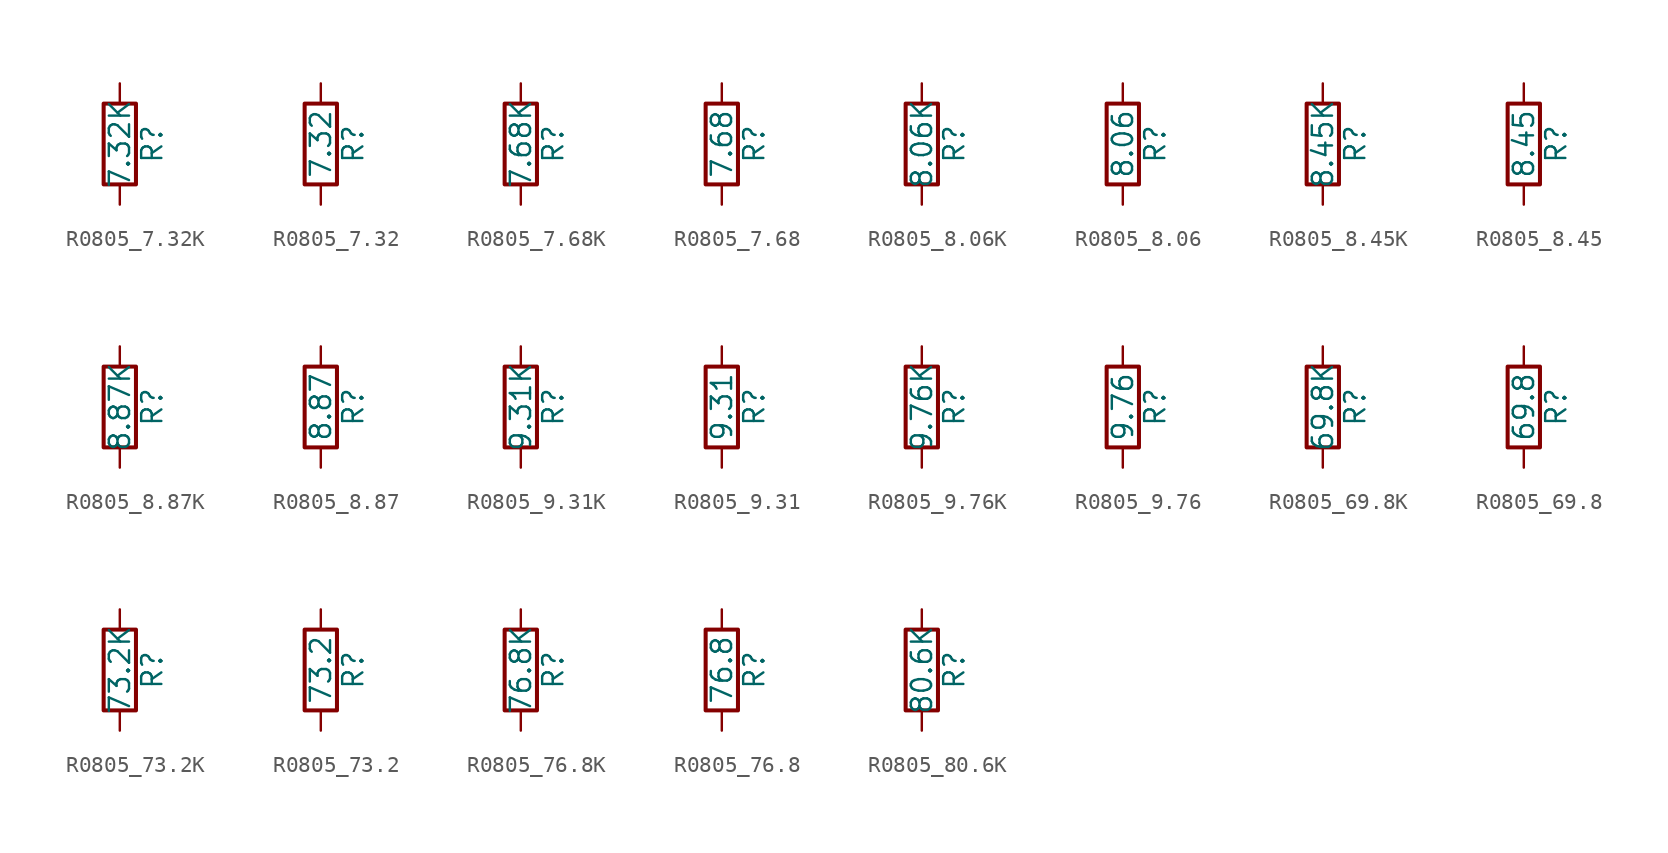
<source format=kicad_sym>
(kicad_symbol_lib
  (version 20211014)
  (generator atlantix-eda)
  (symbol "R0805_7.32K"
    (pin_numbers hide)
    (pin_names
      (offset 0))
    (property "Reference" "R"
      (at 2.032 0 90)
      (effects (font (size 1.27 1.27))))
    (property "Value" "7.32K"
      (at 0 0 90)
      (effects (font (size 1.27 1.27))))
    (symbol "R0805_7.32K_0_1"
      (rectangle (start -1.016 -2.54) (end 1.016 2.54) (stroke (width 0.254) (type default) (color 0 0 0 0)) (fill (type none))))
    (symbol "R0805_7.32K_1_1"
      (pin passive line (at 0 3.81 270) (length 1.27) (name "~" (effects (font (size 1.27 1.27)))) (number "1" (effects (font (size 1.27 1.27)))))
      (pin passive line (at 0 -3.81 90) (length 1.27) (name "~" (effects (font (size 1.27 1.27)))) (number "2" (effects (font (size 1.27 1.27)))))))
  (symbol "R0805_7.32"
    (pin_numbers hide)
    (pin_names
      (offset 0))
    (property "Reference" "R"
      (at 2.032 0 90)
      (effects (font (size 1.27 1.27))))
    (property "Value" "7.32"
      (at 0 0 90)
      (effects (font (size 1.27 1.27))))
    (symbol "R0805_7.32_0_1"
      (rectangle (start -1.016 -2.54) (end 1.016 2.54) (stroke (width 0.254) (type default) (color 0 0 0 0)) (fill (type none))))
    (symbol "R0805_7.32_1_1"
      (pin passive line (at 0 3.81 270) (length 1.27) (name "~" (effects (font (size 1.27 1.27)))) (number "1" (effects (font (size 1.27 1.27)))))
      (pin passive line (at 0 -3.81 90) (length 1.27) (name "~" (effects (font (size 1.27 1.27)))) (number "2" (effects (font (size 1.27 1.27)))))))
  (symbol "R0805_7.68K"
    (pin_numbers hide)
    (pin_names
      (offset 0))
    (property "Reference" "R"
      (at 2.032 0 90)
      (effects (font (size 1.27 1.27))))
    (property "Value" "7.68K"
      (at 0 0 90)
      (effects (font (size 1.27 1.27))))
    (symbol "R0805_7.68K_0_1"
      (rectangle (start -1.016 -2.54) (end 1.016 2.54) (stroke (width 0.254) (type default) (color 0 0 0 0)) (fill (type none))))
    (symbol "R0805_7.68K_1_1"
      (pin passive line (at 0 3.81 270) (length 1.27) (name "~" (effects (font (size 1.27 1.27)))) (number "1" (effects (font (size 1.27 1.27)))))
      (pin passive line (at 0 -3.81 90) (length 1.27) (name "~" (effects (font (size 1.27 1.27)))) (number "2" (effects (font (size 1.27 1.27)))))))
  (symbol "R0805_7.68"
    (pin_numbers hide)
    (pin_names
      (offset 0))
    (property "Reference" "R"
      (at 2.032 0 90)
      (effects (font (size 1.27 1.27))))
    (property "Value" "7.68"
      (at 0 0 90)
      (effects (font (size 1.27 1.27))))
    (symbol "R0805_7.68_0_1"
      (rectangle (start -1.016 -2.54) (end 1.016 2.54) (stroke (width 0.254) (type default) (color 0 0 0 0)) (fill (type none))))
    (symbol "R0805_7.68_1_1"
      (pin passive line (at 0 3.81 270) (length 1.27) (name "~" (effects (font (size 1.27 1.27)))) (number "1" (effects (font (size 1.27 1.27)))))
      (pin passive line (at 0 -3.81 90) (length 1.27) (name "~" (effects (font (size 1.27 1.27)))) (number "2" (effects (font (size 1.27 1.27)))))))
  (symbol "R0805_8.06K"
    (pin_numbers hide)
    (pin_names
      (offset 0))
    (property "Reference" "R"
      (at 2.032 0 90)
      (effects (font (size 1.27 1.27))))
    (property "Value" "8.06K"
      (at 0 0 90)
      (effects (font (size 1.27 1.27))))
    (symbol "R0805_8.06K_0_1"
      (rectangle (start -1.016 -2.54) (end 1.016 2.54) (stroke (width 0.254) (type default) (color 0 0 0 0)) (fill (type none))))
    (symbol "R0805_8.06K_1_1"
      (pin passive line (at 0 3.81 270) (length 1.27) (name "~" (effects (font (size 1.27 1.27)))) (number "1" (effects (font (size 1.27 1.27)))))
      (pin passive line (at 0 -3.81 90) (length 1.27) (name "~" (effects (font (size 1.27 1.27)))) (number "2" (effects (font (size 1.27 1.27)))))))
  (symbol "R0805_8.06"
    (pin_numbers hide)
    (pin_names
      (offset 0))
    (property "Reference" "R"
      (at 2.032 0 90)
      (effects (font (size 1.27 1.27))))
    (property "Value" "8.06"
      (at 0 0 90)
      (effects (font (size 1.27 1.27))))
    (symbol "R0805_8.06_0_1"
      (rectangle (start -1.016 -2.54) (end 1.016 2.54) (stroke (width 0.254) (type default) (color 0 0 0 0)) (fill (type none))))
    (symbol "R0805_8.06_1_1"
      (pin passive line (at 0 3.81 270) (length 1.27) (name "~" (effects (font (size 1.27 1.27)))) (number "1" (effects (font (size 1.27 1.27)))))
      (pin passive line (at 0 -3.81 90) (length 1.27) (name "~" (effects (font (size 1.27 1.27)))) (number "2" (effects (font (size 1.27 1.27)))))))
  (symbol "R0805_8.45K"
    (pin_numbers hide)
    (pin_names
      (offset 0))
    (property "Reference" "R"
      (at 2.032 0 90)
      (effects (font (size 1.27 1.27))))
    (property "Value" "8.45K"
      (at 0 0 90)
      (effects (font (size 1.27 1.27))))
    (symbol "R0805_8.45K_0_1"
      (rectangle (start -1.016 -2.54) (end 1.016 2.54) (stroke (width 0.254) (type default) (color 0 0 0 0)) (fill (type none))))
    (symbol "R0805_8.45K_1_1"
      (pin passive line (at 0 3.81 270) (length 1.27) (name "~" (effects (font (size 1.27 1.27)))) (number "1" (effects (font (size 1.27 1.27)))))
      (pin passive line (at 0 -3.81 90) (length 1.27) (name "~" (effects (font (size 1.27 1.27)))) (number "2" (effects (font (size 1.27 1.27)))))))
  (symbol "R0805_8.45"
    (pin_numbers hide)
    (pin_names
      (offset 0))
    (property "Reference" "R"
      (at 2.032 0 90)
      (effects (font (size 1.27 1.27))))
    (property "Value" "8.45"
      (at 0 0 90)
      (effects (font (size 1.27 1.27))))
    (symbol "R0805_8.45_0_1"
      (rectangle (start -1.016 -2.54) (end 1.016 2.54) (stroke (width 0.254) (type default) (color 0 0 0 0)) (fill (type none))))
    (symbol "R0805_8.45_1_1"
      (pin passive line (at 0 3.81 270) (length 1.27) (name "~" (effects (font (size 1.27 1.27)))) (number "1" (effects (font (size 1.27 1.27)))))
      (pin passive line (at 0 -3.81 90) (length 1.27) (name "~" (effects (font (size 1.27 1.27)))) (number "2" (effects (font (size 1.27 1.27)))))))
  (symbol "R0805_8.87K"
    (pin_numbers hide)
    (pin_names
      (offset 0))
    (property "Reference" "R"
      (at 2.032 0 90)
      (effects (font (size 1.27 1.27))))
    (property "Value" "8.87K"
      (at 0 0 90)
      (effects (font (size 1.27 1.27))))
    (symbol "R0805_8.87K_0_1"
      (rectangle (start -1.016 -2.54) (end 1.016 2.54) (stroke (width 0.254) (type default) (color 0 0 0 0)) (fill (type none))))
    (symbol "R0805_8.87K_1_1"
      (pin passive line (at 0 3.81 270) (length 1.27) (name "~" (effects (font (size 1.27 1.27)))) (number "1" (effects (font (size 1.27 1.27)))))
      (pin passive line (at 0 -3.81 90) (length 1.27) (name "~" (effects (font (size 1.27 1.27)))) (number "2" (effects (font (size 1.27 1.27)))))))
  (symbol "R0805_8.87"
    (pin_numbers hide)
    (pin_names
      (offset 0))
    (property "Reference" "R"
      (at 2.032 0 90)
      (effects (font (size 1.27 1.27))))
    (property "Value" "8.87"
      (at 0 0 90)
      (effects (font (size 1.27 1.27))))
    (symbol "R0805_8.87_0_1"
      (rectangle (start -1.016 -2.54) (end 1.016 2.54) (stroke (width 0.254) (type default) (color 0 0 0 0)) (fill (type none))))
    (symbol "R0805_8.87_1_1"
      (pin passive line (at 0 3.81 270) (length 1.27) (name "~" (effects (font (size 1.27 1.27)))) (number "1" (effects (font (size 1.27 1.27)))))
      (pin passive line (at 0 -3.81 90) (length 1.27) (name "~" (effects (font (size 1.27 1.27)))) (number "2" (effects (font (size 1.27 1.27)))))))
  (symbol "R0805_9.31K"
    (pin_numbers hide)
    (pin_names
      (offset 0))
    (property "Reference" "R"
      (at 2.032 0 90)
      (effects (font (size 1.27 1.27))))
    (property "Value" "9.31K"
      (at 0 0 90)
      (effects (font (size 1.27 1.27))))
    (symbol "R0805_9.31K_0_1"
      (rectangle (start -1.016 -2.54) (end 1.016 2.54) (stroke (width 0.254) (type default) (color 0 0 0 0)) (fill (type none))))
    (symbol "R0805_9.31K_1_1"
      (pin passive line (at 0 3.81 270) (length 1.27) (name "~" (effects (font (size 1.27 1.27)))) (number "1" (effects (font (size 1.27 1.27)))))
      (pin passive line (at 0 -3.81 90) (length 1.27) (name "~" (effects (font (size 1.27 1.27)))) (number "2" (effects (font (size 1.27 1.27)))))))
  (symbol "R0805_9.31"
    (pin_numbers hide)
    (pin_names
      (offset 0))
    (property "Reference" "R"
      (at 2.032 0 90)
      (effects (font (size 1.27 1.27))))
    (property "Value" "9.31"
      (at 0 0 90)
      (effects (font (size 1.27 1.27))))
    (symbol "R0805_9.31_0_1"
      (rectangle (start -1.016 -2.54) (end 1.016 2.54) (stroke (width 0.254) (type default) (color 0 0 0 0)) (fill (type none))))
    (symbol "R0805_9.31_1_1"
      (pin passive line (at 0 3.81 270) (length 1.27) (name "~" (effects (font (size 1.27 1.27)))) (number "1" (effects (font (size 1.27 1.27)))))
      (pin passive line (at 0 -3.81 90) (length 1.27) (name "~" (effects (font (size 1.27 1.27)))) (number "2" (effects (font (size 1.27 1.27)))))))
  (symbol "R0805_9.76K"
    (pin_numbers hide)
    (pin_names
      (offset 0))
    (property "Reference" "R"
      (at 2.032 0 90)
      (effects (font (size 1.27 1.27))))
    (property "Value" "9.76K"
      (at 0 0 90)
      (effects (font (size 1.27 1.27))))
    (symbol "R0805_9.76K_0_1"
      (rectangle (start -1.016 -2.54) (end 1.016 2.54) (stroke (width 0.254) (type default) (color 0 0 0 0)) (fill (type none))))
    (symbol "R0805_9.76K_1_1"
      (pin passive line (at 0 3.81 270) (length 1.27) (name "~" (effects (font (size 1.27 1.27)))) (number "1" (effects (font (size 1.27 1.27)))))
      (pin passive line (at 0 -3.81 90) (length 1.27) (name "~" (effects (font (size 1.27 1.27)))) (number "2" (effects (font (size 1.27 1.27)))))))
  (symbol "R0805_9.76"
    (pin_numbers hide)
    (pin_names
      (offset 0))
    (property "Reference" "R"
      (at 2.032 0 90)
      (effects (font (size 1.27 1.27))))
    (property "Value" "9.76"
      (at 0 0 90)
      (effects (font (size 1.27 1.27))))
    (symbol "R0805_9.76_0_1"
      (rectangle (start -1.016 -2.54) (end 1.016 2.54) (stroke (width 0.254) (type default) (color 0 0 0 0)) (fill (type none))))
    (symbol "R0805_9.76_1_1"
      (pin passive line (at 0 3.81 270) (length 1.27) (name "~" (effects (font (size 1.27 1.27)))) (number "1" (effects (font (size 1.27 1.27)))))
      (pin passive line (at 0 -3.81 90) (length 1.27) (name "~" (effects (font (size 1.27 1.27)))) (number "2" (effects (font (size 1.27 1.27)))))))
  (symbol "R0805_69.8K"
    (pin_numbers hide)
    (pin_names
      (offset 0))
    (property "Reference" "R"
      (at 2.032 0 90)
      (effects (font (size 1.27 1.27))))
    (property "Value" "69.8K"
      (at 0 0 90)
      (effects (font (size 1.27 1.27))))
    (symbol "R0805_69.8K_0_1"
      (rectangle (start -1.016 -2.54) (end 1.016 2.54) (stroke (width 0.254) (type default) (color 0 0 0 0)) (fill (type none))))
    (symbol "R0805_69.8K_1_1"
      (pin passive line (at 0 3.81 270) (length 1.27) (name "~" (effects (font (size 1.27 1.27)))) (number "1" (effects (font (size 1.27 1.27)))))
      (pin passive line (at 0 -3.81 90) (length 1.27) (name "~" (effects (font (size 1.27 1.27)))) (number "2" (effects (font (size 1.27 1.27)))))))
  (symbol "R0805_69.8"
    (pin_numbers hide)
    (pin_names
      (offset 0))
    (property "Reference" "R"
      (at 2.032 0 90)
      (effects (font (size 1.27 1.27))))
    (property "Value" "69.8"
      (at 0 0 90)
      (effects (font (size 1.27 1.27))))
    (symbol "R0805_69.8_0_1"
      (rectangle (start -1.016 -2.54) (end 1.016 2.54) (stroke (width 0.254) (type default) (color 0 0 0 0)) (fill (type none))))
    (symbol "R0805_69.8_1_1"
      (pin passive line (at 0 3.81 270) (length 1.27) (name "~" (effects (font (size 1.27 1.27)))) (number "1" (effects (font (size 1.27 1.27)))))
      (pin passive line (at 0 -3.81 90) (length 1.27) (name "~" (effects (font (size 1.27 1.27)))) (number "2" (effects (font (size 1.27 1.27)))))))
  (symbol "R0805_73.2K"
    (pin_numbers hide)
    (pin_names
      (offset 0))
    (property "Reference" "R"
      (at 2.032 0 90)
      (effects (font (size 1.27 1.27))))
    (property "Value" "73.2K"
      (at 0 0 90)
      (effects (font (size 1.27 1.27))))
    (symbol "R0805_73.2K_0_1"
      (rectangle (start -1.016 -2.54) (end 1.016 2.54) (stroke (width 0.254) (type default) (color 0 0 0 0)) (fill (type none))))
    (symbol "R0805_73.2K_1_1"
      (pin passive line (at 0 3.81 270) (length 1.27) (name "~" (effects (font (size 1.27 1.27)))) (number "1" (effects (font (size 1.27 1.27)))))
      (pin passive line (at 0 -3.81 90) (length 1.27) (name "~" (effects (font (size 1.27 1.27)))) (number "2" (effects (font (size 1.27 1.27)))))))
  (symbol "R0805_73.2"
    (pin_numbers hide)
    (pin_names
      (offset 0))
    (property "Reference" "R"
      (at 2.032 0 90)
      (effects (font (size 1.27 1.27))))
    (property "Value" "73.2"
      (at 0 0 90)
      (effects (font (size 1.27 1.27))))
    (symbol "R0805_73.2_0_1"
      (rectangle (start -1.016 -2.54) (end 1.016 2.54) (stroke (width 0.254) (type default) (color 0 0 0 0)) (fill (type none))))
    (symbol "R0805_73.2_1_1"
      (pin passive line (at 0 3.81 270) (length 1.27) (name "~" (effects (font (size 1.27 1.27)))) (number "1" (effects (font (size 1.27 1.27)))))
      (pin passive line (at 0 -3.81 90) (length 1.27) (name "~" (effects (font (size 1.27 1.27)))) (number "2" (effects (font (size 1.27 1.27)))))))
  (symbol "R0805_76.8K"
    (pin_numbers hide)
    (pin_names
      (offset 0))
    (property "Reference" "R"
      (at 2.032 0 90)
      (effects (font (size 1.27 1.27))))
    (property "Value" "76.8K"
      (at 0 0 90)
      (effects (font (size 1.27 1.27))))
    (symbol "R0805_76.8K_0_1"
      (rectangle (start -1.016 -2.54) (end 1.016 2.54) (stroke (width 0.254) (type default) (color 0 0 0 0)) (fill (type none))))
    (symbol "R0805_76.8K_1_1"
      (pin passive line (at 0 3.81 270) (length 1.27) (name "~" (effects (font (size 1.27 1.27)))) (number "1" (effects (font (size 1.27 1.27)))))
      (pin passive line (at 0 -3.81 90) (length 1.27) (name "~" (effects (font (size 1.27 1.27)))) (number "2" (effects (font (size 1.27 1.27)))))))
  (symbol "R0805_76.8"
    (pin_numbers hide)
    (pin_names
      (offset 0))
    (property "Reference" "R"
      (at 2.032 0 90)
      (effects (font (size 1.27 1.27))))
    (property "Value" "76.8"
      (at 0 0 90)
      (effects (font (size 1.27 1.27))))
    (symbol "R0805_76.8_0_1"
      (rectangle (start -1.016 -2.54) (end 1.016 2.54) (stroke (width 0.254) (type default) (color 0 0 0 0)) (fill (type none))))
    (symbol "R0805_76.8_1_1"
      (pin passive line (at 0 3.81 270) (length 1.27) (name "~" (effects (font (size 1.27 1.27)))) (number "1" (effects (font (size 1.27 1.27)))))
      (pin passive line (at 0 -3.81 90) (length 1.27) (name "~" (effects (font (size 1.27 1.27)))) (number "2" (effects (font (size 1.27 1.27)))))))
  (symbol "R0805_80.6K"
    (pin_numbers hide)
    (pin_names
      (offset 0))
    (property "Reference" "R"
      (at 2.032 0 90)
      (effects (font (size 1.27 1.27))))
    (property "Value" "80.6K"
      (at 0 0 90)
      (effects (font (size 1.27 1.27))))
    (symbol "R0805_80.6K_0_1"
      (rectangle (start -1.016 -2.54) (end 1.016 2.54) (stroke (width 0.254) (type default) (color 0 0 0 0)) (fill (type none))))
    (symbol "R0805_80.6K_1_1"
      (pin passive line (at 0 3.81 270) (length 1.27) (name "~" (effects (font (size 1.27 1.27)))) (number "1" (effects (font (size 1.27 1.27)))))
      (pin passive line (at 0 -3.81 90) (length 1.27) (name "~" (effects (font (size 1.27 1.27)))) (number "2" (effects (font (size 1.27 1.27))))))))
</source>
